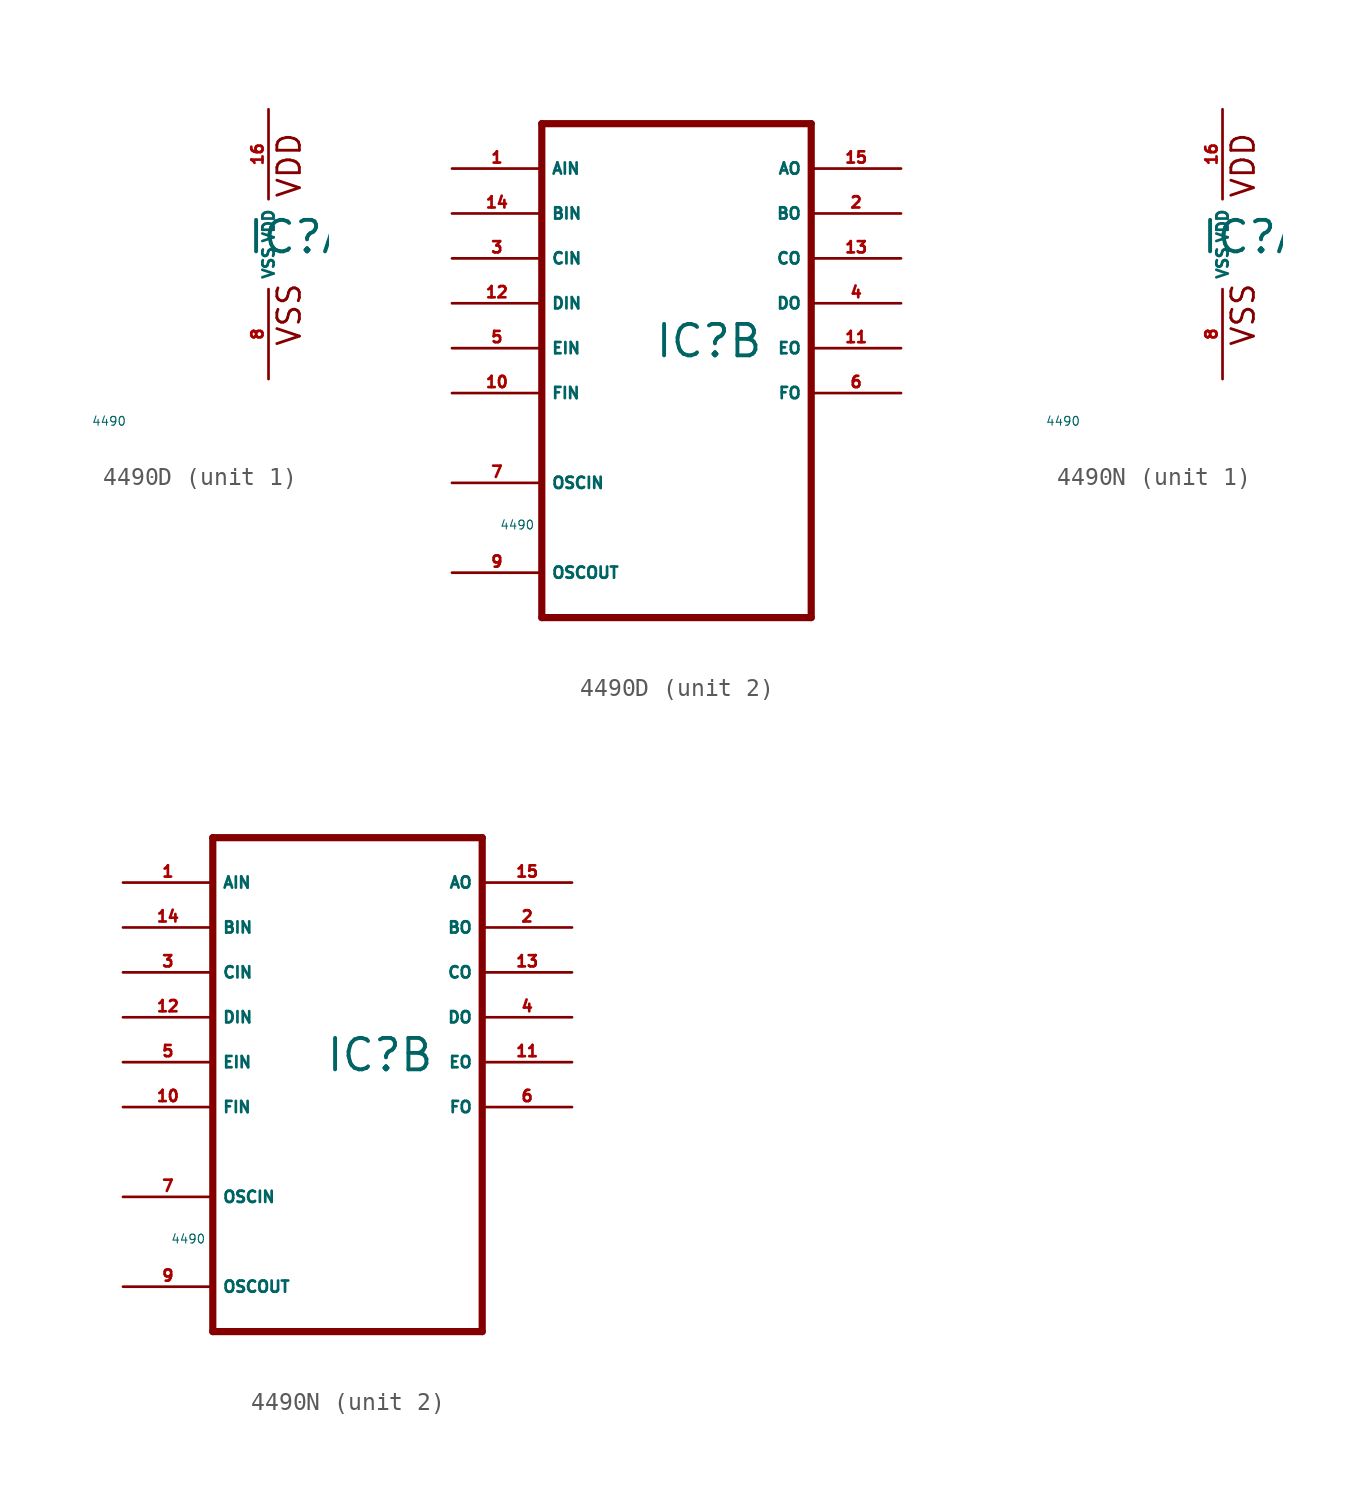
<source format=kicad_sym>
(kicad_symbol_lib
  (version 20220914)
  (generator Eagle2Kicad)
  (symbol "4490D"
    (property "Reference" "IC"
      (at -1.27 -0.635 0)
      (effects (font (size 1.778 1.778) (thickness 0.22)) (justify left bottom)))
    (property "Value" "4490"
      (at -10 -10 0)
      (effects (font (size 0.5 0.5) (thickness 0.06)) (justify left)))
    (symbol "4490D_1_0"
      (text "VDD" (at 1.905 2.54 900) (effects (font (size 1.27 1.27) (thickness 0.16)) (justify left bottom)))
      (text "VSS" (at 1.905 -5.842 900) (effects (font (size 1.27 1.27) (thickness 0.16)) (justify left bottom)))
      (pin unspecified line (at 0 -7.62 90) (length 5.08) (name "VSS" (effects (font (size 0.635 0.635) (thickness 0.08)) (justify left bottom))) (number "8" (effects (font (size 0.635 0.635) (thickness 0.08)) (justify left bottom))))
      (pin unspecified line (at 0 7.62 270) (length 5.08) (name "VDD" (effects (font (size 0.635 0.635) (thickness 0.08)) (justify left bottom))) (number "16" (effects (font (size 0.635 0.635) (thickness 0.08)) (justify left bottom)))))
    (symbol "4490D_2_0"
      (polyline (pts (xy -7.62 -15.24) (xy 7.62 -15.24)) (stroke (width 0.406) (type default)) (fill (type none)))
      (polyline (pts (xy 7.62 -15.24) (xy 7.62 12.7)) (stroke (width 0.406) (type default)) (fill (type none)))
      (polyline (pts (xy 7.62 12.7) (xy -7.62 12.7)) (stroke (width 0.406) (type default)) (fill (type none)))
      (polyline (pts (xy -7.62 12.7) (xy -7.62 -15.24)) (stroke (width 0.406) (type default)) (fill (type none)))
      (pin input line (at -12.7 10.16 0) (length 5.08) (name "AIN" (effects (font (size 0.635 0.635) (thickness 0.08)) (justify left bottom))) (number "1" (effects (font (size 0.635 0.635) (thickness 0.08)) (justify left bottom))))
      (pin output line (at 12.7 10.16 180) (length 5.08) (name "AO" (effects (font (size 0.635 0.635) (thickness 0.08)) (justify left bottom))) (number "15" (effects (font (size 0.635 0.635) (thickness 0.08)) (justify left bottom))))
      (pin input line (at -12.7 -7.62 0) (length 5.08) (name "OSCIN" (effects (font (size 0.635 0.635) (thickness 0.08)) (justify left bottom))) (number "7" (effects (font (size 0.635 0.635) (thickness 0.08)) (justify left bottom))))
      (pin output line (at -12.7 -12.7 0) (length 5.08) (name "OSCOUT" (effects (font (size 0.635 0.635) (thickness 0.08)) (justify left bottom))) (number "9" (effects (font (size 0.635 0.635) (thickness 0.08)) (justify left bottom))))
      (pin input line (at -12.7 7.62 0) (length 5.08) (name "BIN" (effects (font (size 0.635 0.635) (thickness 0.08)) (justify left bottom))) (number "14" (effects (font (size 0.635 0.635) (thickness 0.08)) (justify left bottom))))
      (pin input line (at -12.7 5.08 0) (length 5.08) (name "CIN" (effects (font (size 0.635 0.635) (thickness 0.08)) (justify left bottom))) (number "3" (effects (font (size 0.635 0.635) (thickness 0.08)) (justify left bottom))))
      (pin input line (at -12.7 2.54 0) (length 5.08) (name "DIN" (effects (font (size 0.635 0.635) (thickness 0.08)) (justify left bottom))) (number "12" (effects (font (size 0.635 0.635) (thickness 0.08)) (justify left bottom))))
      (pin output line (at 12.7 7.62 180) (length 5.08) (name "BO" (effects (font (size 0.635 0.635) (thickness 0.08)) (justify left bottom))) (number "2" (effects (font (size 0.635 0.635) (thickness 0.08)) (justify left bottom))))
      (pin output line (at 12.7 5.08 180) (length 5.08) (name "CO" (effects (font (size 0.635 0.635) (thickness 0.08)) (justify left bottom))) (number "13" (effects (font (size 0.635 0.635) (thickness 0.08)) (justify left bottom))))
      (pin output line (at 12.7 2.54 180) (length 5.08) (name "DO" (effects (font (size 0.635 0.635) (thickness 0.08)) (justify left bottom))) (number "4" (effects (font (size 0.635 0.635) (thickness 0.08)) (justify left bottom))))
      (pin input line (at -12.7 0 0) (length 5.08) (name "EIN" (effects (font (size 0.635 0.635) (thickness 0.08)) (justify left bottom))) (number "5" (effects (font (size 0.635 0.635) (thickness 0.08)) (justify left bottom))))
      (pin input line (at -12.7 -2.54 0) (length 5.08) (name "FIN" (effects (font (size 0.635 0.635) (thickness 0.08)) (justify left bottom))) (number "10" (effects (font (size 0.635 0.635) (thickness 0.08)) (justify left bottom))))
      (pin output line (at 12.7 0 180) (length 5.08) (name "EO" (effects (font (size 0.635 0.635) (thickness 0.08)) (justify left bottom))) (number "11" (effects (font (size 0.635 0.635) (thickness 0.08)) (justify left bottom))))
      (pin output line (at 12.7 -2.54 180) (length 5.08) (name "FO" (effects (font (size 0.635 0.635) (thickness 0.08)) (justify left bottom))) (number "6" (effects (font (size 0.635 0.635) (thickness 0.08)) (justify left bottom))))))
  (symbol "4490N"
    (property "Reference" "IC"
      (at -1.27 -0.635 0)
      (effects (font (size 1.778 1.778) (thickness 0.22)) (justify left bottom)))
    (property "Value" "4490"
      (at -10 -10 0)
      (effects (font (size 0.5 0.5) (thickness 0.06)) (justify left)))
    (symbol "4490N_1_0"
      (text "VDD" (at 1.905 2.54 900) (effects (font (size 1.27 1.27) (thickness 0.16)) (justify left bottom)))
      (text "VSS" (at 1.905 -5.842 900) (effects (font (size 1.27 1.27) (thickness 0.16)) (justify left bottom)))
      (pin unspecified line (at 0 -7.62 90) (length 5.08) (name "VSS" (effects (font (size 0.635 0.635) (thickness 0.08)) (justify left bottom))) (number "8" (effects (font (size 0.635 0.635) (thickness 0.08)) (justify left bottom))))
      (pin unspecified line (at 0 7.62 270) (length 5.08) (name "VDD" (effects (font (size 0.635 0.635) (thickness 0.08)) (justify left bottom))) (number "16" (effects (font (size 0.635 0.635) (thickness 0.08)) (justify left bottom)))))
    (symbol "4490N_2_0"
      (polyline (pts (xy -7.62 -15.24) (xy 7.62 -15.24)) (stroke (width 0.406) (type default)) (fill (type none)))
      (polyline (pts (xy 7.62 -15.24) (xy 7.62 12.7)) (stroke (width 0.406) (type default)) (fill (type none)))
      (polyline (pts (xy 7.62 12.7) (xy -7.62 12.7)) (stroke (width 0.406) (type default)) (fill (type none)))
      (polyline (pts (xy -7.62 12.7) (xy -7.62 -15.24)) (stroke (width 0.406) (type default)) (fill (type none)))
      (pin input line (at -12.7 10.16 0) (length 5.08) (name "AIN" (effects (font (size 0.635 0.635) (thickness 0.08)) (justify left bottom))) (number "1" (effects (font (size 0.635 0.635) (thickness 0.08)) (justify left bottom))))
      (pin output line (at 12.7 10.16 180) (length 5.08) (name "AO" (effects (font (size 0.635 0.635) (thickness 0.08)) (justify left bottom))) (number "15" (effects (font (size 0.635 0.635) (thickness 0.08)) (justify left bottom))))
      (pin input line (at -12.7 -7.62 0) (length 5.08) (name "OSCIN" (effects (font (size 0.635 0.635) (thickness 0.08)) (justify left bottom))) (number "7" (effects (font (size 0.635 0.635) (thickness 0.08)) (justify left bottom))))
      (pin output line (at -12.7 -12.7 0) (length 5.08) (name "OSCOUT" (effects (font (size 0.635 0.635) (thickness 0.08)) (justify left bottom))) (number "9" (effects (font (size 0.635 0.635) (thickness 0.08)) (justify left bottom))))
      (pin input line (at -12.7 7.62 0) (length 5.08) (name "BIN" (effects (font (size 0.635 0.635) (thickness 0.08)) (justify left bottom))) (number "14" (effects (font (size 0.635 0.635) (thickness 0.08)) (justify left bottom))))
      (pin input line (at -12.7 5.08 0) (length 5.08) (name "CIN" (effects (font (size 0.635 0.635) (thickness 0.08)) (justify left bottom))) (number "3" (effects (font (size 0.635 0.635) (thickness 0.08)) (justify left bottom))))
      (pin input line (at -12.7 2.54 0) (length 5.08) (name "DIN" (effects (font (size 0.635 0.635) (thickness 0.08)) (justify left bottom))) (number "12" (effects (font (size 0.635 0.635) (thickness 0.08)) (justify left bottom))))
      (pin output line (at 12.7 7.62 180) (length 5.08) (name "BO" (effects (font (size 0.635 0.635) (thickness 0.08)) (justify left bottom))) (number "2" (effects (font (size 0.635 0.635) (thickness 0.08)) (justify left bottom))))
      (pin output line (at 12.7 5.08 180) (length 5.08) (name "CO" (effects (font (size 0.635 0.635) (thickness 0.08)) (justify left bottom))) (number "13" (effects (font (size 0.635 0.635) (thickness 0.08)) (justify left bottom))))
      (pin output line (at 12.7 2.54 180) (length 5.08) (name "DO" (effects (font (size 0.635 0.635) (thickness 0.08)) (justify left bottom))) (number "4" (effects (font (size 0.635 0.635) (thickness 0.08)) (justify left bottom))))
      (pin input line (at -12.7 0 0) (length 5.08) (name "EIN" (effects (font (size 0.635 0.635) (thickness 0.08)) (justify left bottom))) (number "5" (effects (font (size 0.635 0.635) (thickness 0.08)) (justify left bottom))))
      (pin input line (at -12.7 -2.54 0) (length 5.08) (name "FIN" (effects (font (size 0.635 0.635) (thickness 0.08)) (justify left bottom))) (number "10" (effects (font (size 0.635 0.635) (thickness 0.08)) (justify left bottom))))
      (pin output line (at 12.7 0 180) (length 5.08) (name "EO" (effects (font (size 0.635 0.635) (thickness 0.08)) (justify left bottom))) (number "11" (effects (font (size 0.635 0.635) (thickness 0.08)) (justify left bottom))))
      (pin output line (at 12.7 -2.54 180) (length 5.08) (name "FO" (effects (font (size 0.635 0.635) (thickness 0.08)) (justify left bottom))) (number "6" (effects (font (size 0.635 0.635) (thickness 0.08)) (justify left bottom)))))))
</source>
